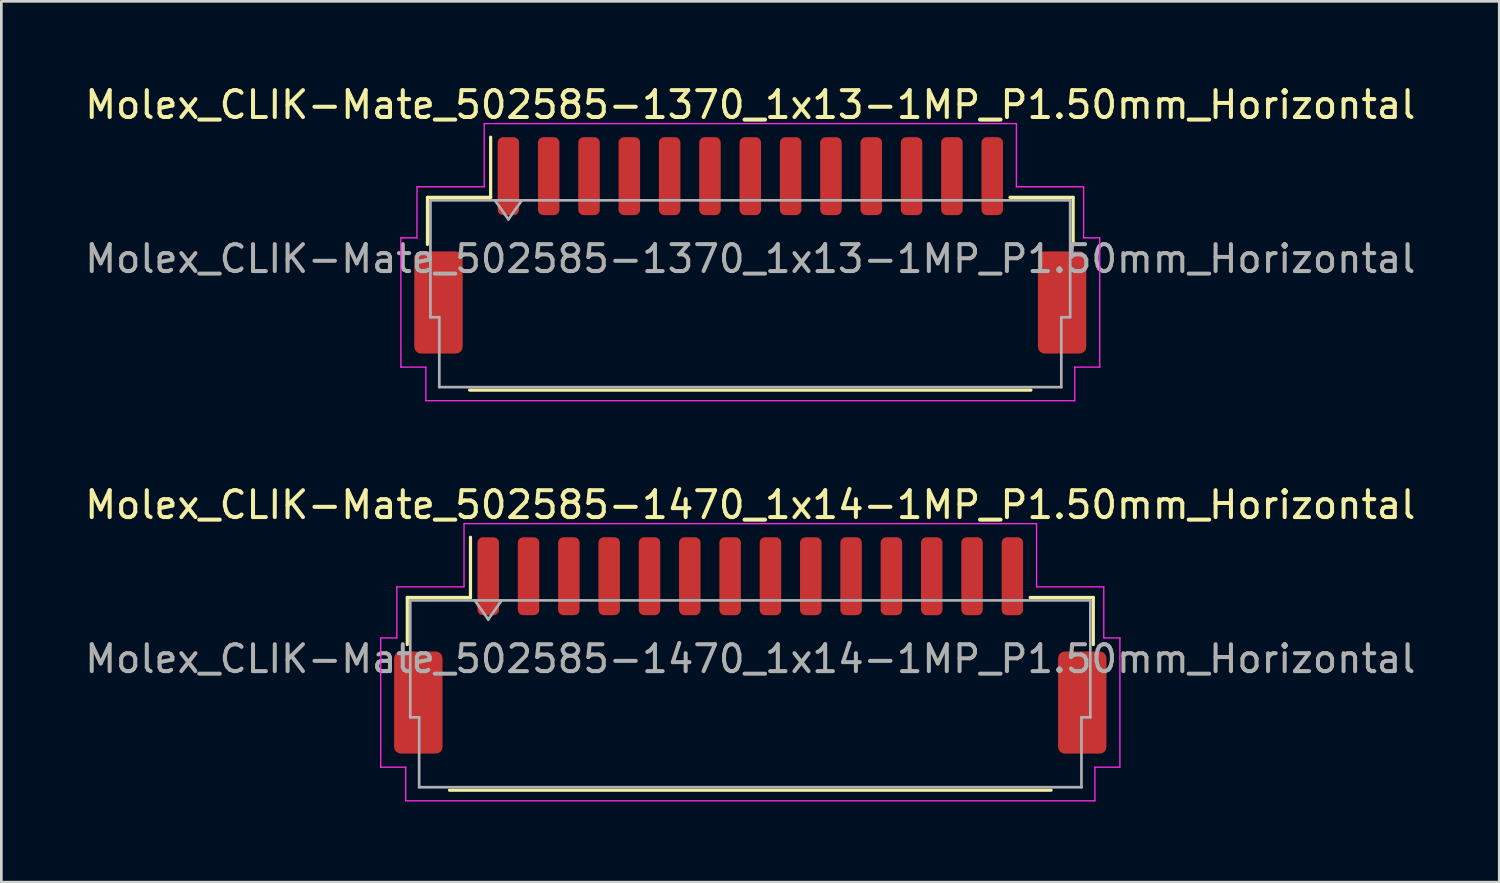
<source format=kicad_pcb>
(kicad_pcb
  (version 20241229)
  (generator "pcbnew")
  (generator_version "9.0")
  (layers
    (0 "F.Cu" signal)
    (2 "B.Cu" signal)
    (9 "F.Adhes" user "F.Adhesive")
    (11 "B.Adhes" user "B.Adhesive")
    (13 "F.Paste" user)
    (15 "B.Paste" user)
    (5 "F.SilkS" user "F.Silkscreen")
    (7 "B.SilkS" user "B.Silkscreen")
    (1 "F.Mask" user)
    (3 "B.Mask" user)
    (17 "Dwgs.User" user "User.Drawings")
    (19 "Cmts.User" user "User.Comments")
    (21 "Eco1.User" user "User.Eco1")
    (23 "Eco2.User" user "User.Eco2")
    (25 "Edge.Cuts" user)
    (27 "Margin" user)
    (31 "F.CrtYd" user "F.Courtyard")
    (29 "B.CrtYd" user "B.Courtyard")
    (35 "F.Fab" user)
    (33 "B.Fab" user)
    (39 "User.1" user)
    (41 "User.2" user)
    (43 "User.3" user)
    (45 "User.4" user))
  (footprint "Molex_CLIK-Mate_502585-1370_1x13-1MP_P1.50mm_Horizontal"
    (layer "F.Cu")
    (at 24.863 6.078)
    (property "Reference" "Molex_CLIK-Mate_502585-1370_1x13-1MP_P1.50mm_Horizontal" (at 0 -5.23 0) (layer "F.SilkS") (effects (font (size 1 1) (thickness 0.15))))
    (attr smd)
    (fp_line (start -12.01 -1.785) (end -9.66 -1.785) (stroke (width 0.12) (type solid)) (layer "F.SilkS"))
    (fp_line (start -12.01 -0.035) (end -12.01 -1.785) (stroke (width 0.12) (type solid)) (layer "F.SilkS"))
    (fp_line (start -10.44 5.385) (end 10.44 5.385) (stroke (width 0.12) (type solid)) (layer "F.SilkS"))
    (fp_line (start -9.66 -1.785) (end -9.66 -4.025) (stroke (width 0.12) (type solid)) (layer "F.SilkS"))
    (fp_line (start 12.01 -1.785) (end 9.66 -1.785) (stroke (width 0.12) (type solid)) (layer "F.SilkS"))
    (fp_line (start 12.01 -0.035) (end 12.01 -1.785) (stroke (width 0.12) (type solid)) (layer "F.SilkS"))
    (fp_line (start -13 -0.28) (end -12.4 -0.28) (stroke (width 0.05) (type solid)) (layer "F.CrtYd"))
    (fp_line (start -13 4.53) (end -13 -0.28) (stroke (width 0.05) (type solid)) (layer "F.CrtYd"))
    (fp_line (start -12.4 -2.18) (end -9.9 -2.18) (stroke (width 0.05) (type solid)) (layer "F.CrtYd"))
    (fp_line (start -12.4 -0.28) (end -12.4 -2.18) (stroke (width 0.05) (type solid)) (layer "F.CrtYd"))
    (fp_line (start -12.07 4.53) (end -13 4.53) (stroke (width 0.05) (type solid)) (layer "F.CrtYd"))
    (fp_line (start -12.07 5.78) (end -12.07 4.53) (stroke (width 0.05) (type solid)) (layer "F.CrtYd"))
    (fp_line (start -9.9 -4.53) (end 9.9 -4.53) (stroke (width 0.05) (type solid)) (layer "F.CrtYd"))
    (fp_line (start -9.9 -2.18) (end -9.9 -4.53) (stroke (width 0.05) (type solid)) (layer "F.CrtYd"))
    (fp_line (start 9.9 -4.53) (end 9.9 -2.18) (stroke (width 0.05) (type solid)) (layer "F.CrtYd"))
    (fp_line (start 9.9 -2.18) (end 12.4 -2.18) (stroke (width 0.05) (type solid)) (layer "F.CrtYd"))
    (fp_line (start 12.07 4.53) (end 12.07 5.78) (stroke (width 0.05) (type solid)) (layer "F.CrtYd"))
    (fp_line (start 12.07 5.78) (end -12.07 5.78) (stroke (width 0.05) (type solid)) (layer "F.CrtYd"))
    (fp_line (start 12.4 -2.18) (end 12.4 -0.28) (stroke (width 0.05) (type solid)) (layer "F.CrtYd"))
    (fp_line (start 12.4 -0.28) (end 13 -0.28) (stroke (width 0.05) (type solid)) (layer "F.CrtYd"))
    (fp_line (start 13 -0.28) (end 13 4.53) (stroke (width 0.05) (type solid)) (layer "F.CrtYd"))
    (fp_line (start 13 4.53) (end 12.07 4.53) (stroke (width 0.05) (type solid)) (layer "F.CrtYd"))
    (fp_line (start -11.9 -1.675) (end -11.9 2.675) (stroke (width 0.1) (type solid)) (layer "F.Fab"))
    (fp_line (start -11.9 -1.675) (end 11.9 -1.675) (stroke (width 0.1) (type solid)) (layer "F.Fab"))
    (fp_line (start -11.9 2.675) (end -11.57 2.675) (stroke (width 0.1) (type solid)) (layer "F.Fab"))
    (fp_line (start -11.57 2.675) (end -11.57 5.275) (stroke (width 0.1) (type solid)) (layer "F.Fab"))
    (fp_line (start -11.57 5.275) (end 11.57 5.275) (stroke (width 0.1) (type solid)) (layer "F.Fab"))
    (fp_line (start -9.5 -1.675) (end -9 -0.968) (stroke (width 0.1) (type solid)) (layer "F.Fab"))
    (fp_line (start -9 -0.968) (end -8.5 -1.675) (stroke (width 0.1) (type solid)) (layer "F.Fab"))
    (fp_line (start 11.57 2.675) (end 11.9 2.675) (stroke (width 0.1) (type solid)) (layer "F.Fab"))
    (fp_line (start 11.57 5.275) (end 11.57 2.675) (stroke (width 0.1) (type solid)) (layer "F.Fab"))
    (fp_line (start 11.9 -1.675) (end 11.9 2.675) (stroke (width 0.1) (type solid)) (layer "F.Fab"))
    (fp_text user "${REFERENCE}" (at 0 0.5 0) (layer "F.Fab") (effects (font (size 1 1) (thickness 0.15))))
    (pad "1" smd roundrect (at -9 -2.575) (size 0.8 2.9) (layers "F.Cu" "F.Mask" "F.Paste") (roundrect_rratio 0.25))
    (pad "2" smd roundrect (at -7.5 -2.575) (size 0.8 2.9) (layers "F.Cu" "F.Mask" "F.Paste") (roundrect_rratio 0.25))
    (pad "3" smd roundrect (at -6 -2.575) (size 0.8 2.9) (layers "F.Cu" "F.Mask" "F.Paste") (roundrect_rratio 0.25))
    (pad "4" smd roundrect (at -4.5 -2.575) (size 0.8 2.9) (layers "F.Cu" "F.Mask" "F.Paste") (roundrect_rratio 0.25))
    (pad "5" smd roundrect (at -3 -2.575) (size 0.8 2.9) (layers "F.Cu" "F.Mask" "F.Paste") (roundrect_rratio 0.25))
    (pad "6" smd roundrect (at -1.5 -2.575) (size 0.8 2.9) (layers "F.Cu" "F.Mask" "F.Paste") (roundrect_rratio 0.25))
    (pad "7" smd roundrect (at 0 -2.575) (size 0.8 2.9) (layers "F.Cu" "F.Mask" "F.Paste") (roundrect_rratio 0.25))
    (pad "8" smd roundrect (at 1.5 -2.575) (size 0.8 2.9) (layers "F.Cu" "F.Mask" "F.Paste") (roundrect_rratio 0.25))
    (pad "9" smd roundrect (at 3 -2.575) (size 0.8 2.9) (layers "F.Cu" "F.Mask" "F.Paste") (roundrect_rratio 0.25))
    (pad "10" smd roundrect (at 4.5 -2.575) (size 0.8 2.9) (layers "F.Cu" "F.Mask" "F.Paste") (roundrect_rratio 0.25))
    (pad "11" smd roundrect (at 6 -2.575) (size 0.8 2.9) (layers "F.Cu" "F.Mask" "F.Paste") (roundrect_rratio 0.25))
    (pad "12" smd roundrect (at 7.5 -2.575) (size 0.8 2.9) (layers "F.Cu" "F.Mask" "F.Paste") (roundrect_rratio 0.25))
    (pad "13" smd roundrect (at 9 -2.575) (size 0.8 2.9) (layers "F.Cu" "F.Mask" "F.Paste") (roundrect_rratio 0.25))
    (pad "MP" smd roundrect (at -11.6 2.125) (size 1.8 3.8) (layers "F.Cu" "F.Mask" "F.Paste") (roundrect_rratio 0.139))
    (pad "MP" smd roundrect (at 11.6 2.125) (size 1.8 3.8) (layers "F.Cu" "F.Mask" "F.Paste") (roundrect_rratio 0.139)))
  (footprint "Molex_CLIK-Mate_502585-1470_1x14-1MP_P1.50mm_Horizontal"
    (layer "F.Cu")
    (at 24.863 20.962)
    (property "Reference" "Molex_CLIK-Mate_502585-1470_1x14-1MP_P1.50mm_Horizontal" (at 0 -5.23 0) (layer "F.SilkS") (effects (font (size 1 1) (thickness 0.15))))
    (attr smd)
    (fp_line (start -12.76 -1.785) (end -10.41 -1.785) (stroke (width 0.12) (type solid)) (layer "F.SilkS"))
    (fp_line (start -12.76 -0.035) (end -12.76 -1.785) (stroke (width 0.12) (type solid)) (layer "F.SilkS"))
    (fp_line (start -11.19 5.385) (end 11.19 5.385) (stroke (width 0.12) (type solid)) (layer "F.SilkS"))
    (fp_line (start -10.41 -1.785) (end -10.41 -4.025) (stroke (width 0.12) (type solid)) (layer "F.SilkS"))
    (fp_line (start 12.76 -1.785) (end 10.41 -1.785) (stroke (width 0.12) (type solid)) (layer "F.SilkS"))
    (fp_line (start 12.76 -0.035) (end 12.76 -1.785) (stroke (width 0.12) (type solid)) (layer "F.SilkS"))
    (fp_line (start -13.75 -0.28) (end -13.15 -0.28) (stroke (width 0.05) (type solid)) (layer "F.CrtYd"))
    (fp_line (start -13.75 4.53) (end -13.75 -0.28) (stroke (width 0.05) (type solid)) (layer "F.CrtYd"))
    (fp_line (start -13.15 -2.18) (end -10.65 -2.18) (stroke (width 0.05) (type solid)) (layer "F.CrtYd"))
    (fp_line (start -13.15 -0.28) (end -13.15 -2.18) (stroke (width 0.05) (type solid)) (layer "F.CrtYd"))
    (fp_line (start -12.82 4.53) (end -13.75 4.53) (stroke (width 0.05) (type solid)) (layer "F.CrtYd"))
    (fp_line (start -12.82 5.78) (end -12.82 4.53) (stroke (width 0.05) (type solid)) (layer "F.CrtYd"))
    (fp_line (start -10.65 -4.53) (end 10.65 -4.53) (stroke (width 0.05) (type solid)) (layer "F.CrtYd"))
    (fp_line (start -10.65 -2.18) (end -10.65 -4.53) (stroke (width 0.05) (type solid)) (layer "F.CrtYd"))
    (fp_line (start 10.65 -4.53) (end 10.65 -2.18) (stroke (width 0.05) (type solid)) (layer "F.CrtYd"))
    (fp_line (start 10.65 -2.18) (end 13.15 -2.18) (stroke (width 0.05) (type solid)) (layer "F.CrtYd"))
    (fp_line (start 12.82 4.53) (end 12.82 5.78) (stroke (width 0.05) (type solid)) (layer "F.CrtYd"))
    (fp_line (start 12.82 5.78) (end -12.82 5.78) (stroke (width 0.05) (type solid)) (layer "F.CrtYd"))
    (fp_line (start 13.15 -2.18) (end 13.15 -0.28) (stroke (width 0.05) (type solid)) (layer "F.CrtYd"))
    (fp_line (start 13.15 -0.28) (end 13.75 -0.28) (stroke (width 0.05) (type solid)) (layer "F.CrtYd"))
    (fp_line (start 13.75 -0.28) (end 13.75 4.53) (stroke (width 0.05) (type solid)) (layer "F.CrtYd"))
    (fp_line (start 13.75 4.53) (end 12.82 4.53) (stroke (width 0.05) (type solid)) (layer "F.CrtYd"))
    (fp_line (start -12.65 -1.675) (end -12.65 2.675) (stroke (width 0.1) (type solid)) (layer "F.Fab"))
    (fp_line (start -12.65 -1.675) (end 12.65 -1.675) (stroke (width 0.1) (type solid)) (layer "F.Fab"))
    (fp_line (start -12.65 2.675) (end -12.32 2.675) (stroke (width 0.1) (type solid)) (layer "F.Fab"))
    (fp_line (start -12.32 2.675) (end -12.32 5.275) (stroke (width 0.1) (type solid)) (layer "F.Fab"))
    (fp_line (start -12.32 5.275) (end 12.32 5.275) (stroke (width 0.1) (type solid)) (layer "F.Fab"))
    (fp_line (start -10.25 -1.675) (end -9.75 -0.968) (stroke (width 0.1) (type solid)) (layer "F.Fab"))
    (fp_line (start -9.75 -0.968) (end -9.25 -1.675) (stroke (width 0.1) (type solid)) (layer "F.Fab"))
    (fp_line (start 12.32 2.675) (end 12.65 2.675) (stroke (width 0.1) (type solid)) (layer "F.Fab"))
    (fp_line (start 12.32 5.275) (end 12.32 2.675) (stroke (width 0.1) (type solid)) (layer "F.Fab"))
    (fp_line (start 12.65 -1.675) (end 12.65 2.675) (stroke (width 0.1) (type solid)) (layer "F.Fab"))
    (fp_text user "${REFERENCE}" (at 0 0.5 0) (layer "F.Fab") (effects (font (size 1 1) (thickness 0.15))))
    (pad "1" smd roundrect (at -9.75 -2.575) (size 0.8 2.9) (layers "F.Cu" "F.Mask" "F.Paste") (roundrect_rratio 0.25))
    (pad "2" smd roundrect (at -8.25 -2.575) (size 0.8 2.9) (layers "F.Cu" "F.Mask" "F.Paste") (roundrect_rratio 0.25))
    (pad "3" smd roundrect (at -6.75 -2.575) (size 0.8 2.9) (layers "F.Cu" "F.Mask" "F.Paste") (roundrect_rratio 0.25))
    (pad "4" smd roundrect (at -5.25 -2.575) (size 0.8 2.9) (layers "F.Cu" "F.Mask" "F.Paste") (roundrect_rratio 0.25))
    (pad "5" smd roundrect (at -3.75 -2.575) (size 0.8 2.9) (layers "F.Cu" "F.Mask" "F.Paste") (roundrect_rratio 0.25))
    (pad "6" smd roundrect (at -2.25 -2.575) (size 0.8 2.9) (layers "F.Cu" "F.Mask" "F.Paste") (roundrect_rratio 0.25))
    (pad "7" smd roundrect (at -0.75 -2.575) (size 0.8 2.9) (layers "F.Cu" "F.Mask" "F.Paste") (roundrect_rratio 0.25))
    (pad "8" smd roundrect (at 0.75 -2.575) (size 0.8 2.9) (layers "F.Cu" "F.Mask" "F.Paste") (roundrect_rratio 0.25))
    (pad "9" smd roundrect (at 2.25 -2.575) (size 0.8 2.9) (layers "F.Cu" "F.Mask" "F.Paste") (roundrect_rratio 0.25))
    (pad "10" smd roundrect (at 3.75 -2.575) (size 0.8 2.9) (layers "F.Cu" "F.Mask" "F.Paste") (roundrect_rratio 0.25))
    (pad "11" smd roundrect (at 5.25 -2.575) (size 0.8 2.9) (layers "F.Cu" "F.Mask" "F.Paste") (roundrect_rratio 0.25))
    (pad "12" smd roundrect (at 6.75 -2.575) (size 0.8 2.9) (layers "F.Cu" "F.Mask" "F.Paste") (roundrect_rratio 0.25))
    (pad "13" smd roundrect (at 8.25 -2.575) (size 0.8 2.9) (layers "F.Cu" "F.Mask" "F.Paste") (roundrect_rratio 0.25))
    (pad "14" smd roundrect (at 9.75 -2.575) (size 0.8 2.9) (layers "F.Cu" "F.Mask" "F.Paste") (roundrect_rratio 0.25))
    (pad "MP" smd roundrect (at -12.35 2.125) (size 1.8 3.8) (layers "F.Cu" "F.Mask" "F.Paste") (roundrect_rratio 0.139))
    (pad "MP" smd roundrect (at 12.35 2.125) (size 1.8 3.8) (layers "F.Cu" "F.Mask" "F.Paste") (roundrect_rratio 0.139)))
  (gr_rect
    (start -3 -3)
    (end 52.726 29.767)
    (stroke (width 0.1) (type default))
    (fill no)
    (layer "Edge.Cuts")))
</source>
